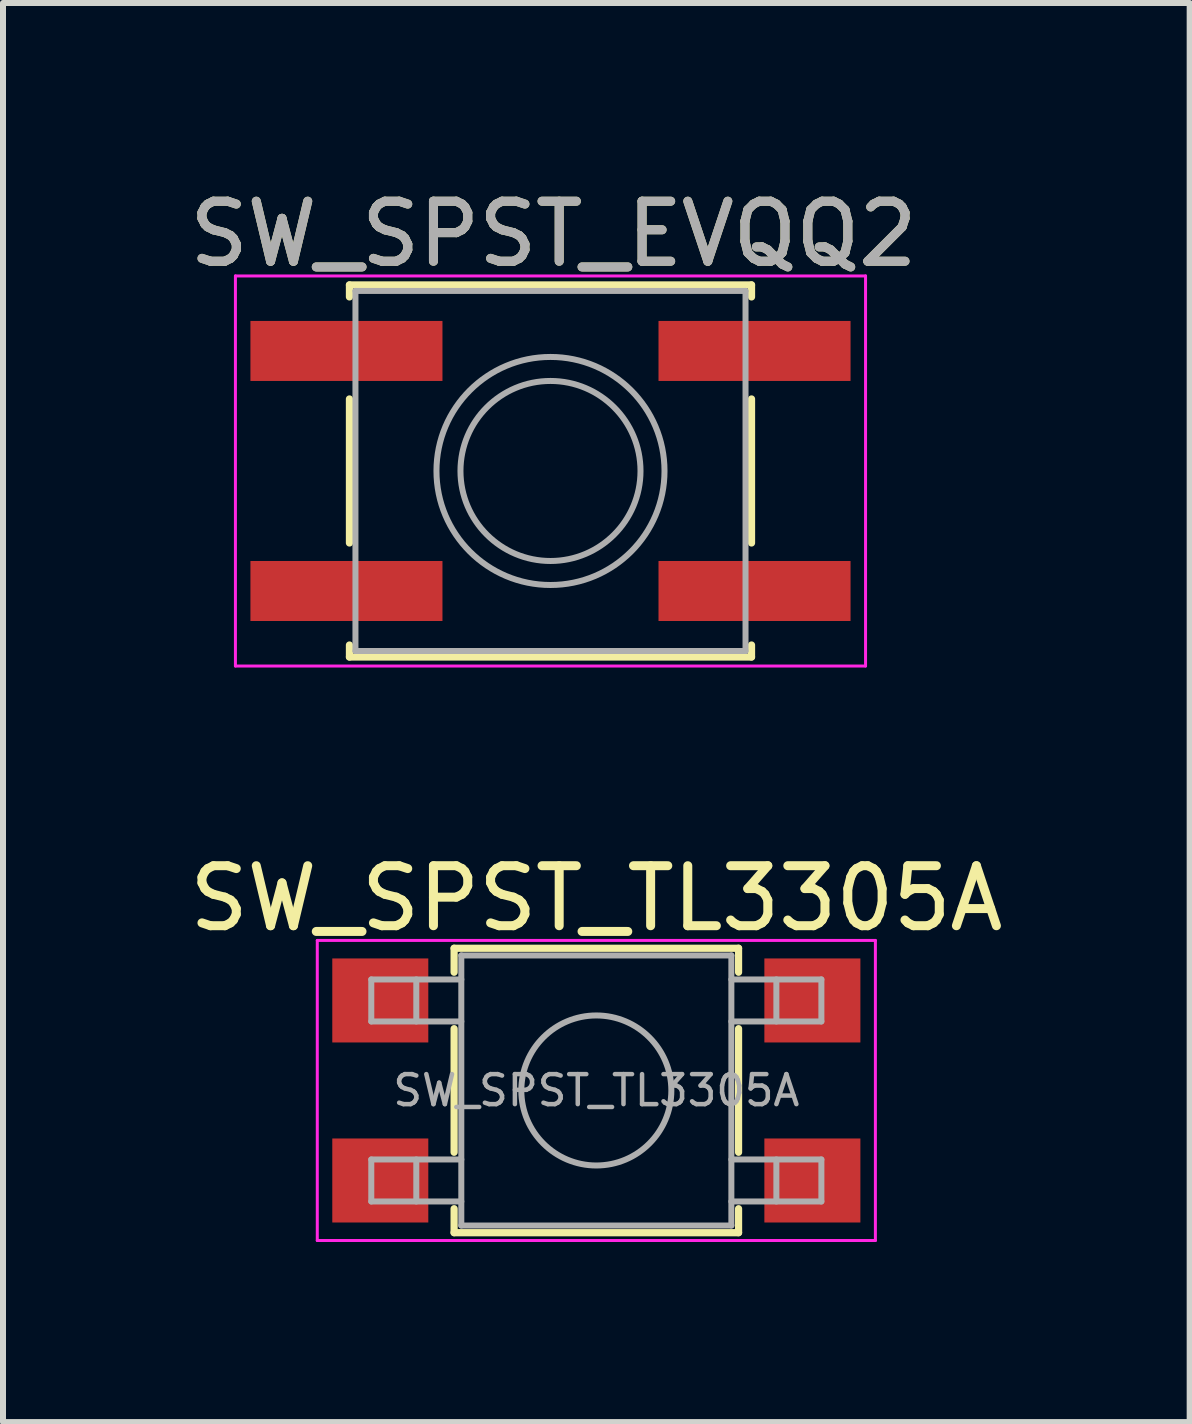
<source format=kicad_pcb>
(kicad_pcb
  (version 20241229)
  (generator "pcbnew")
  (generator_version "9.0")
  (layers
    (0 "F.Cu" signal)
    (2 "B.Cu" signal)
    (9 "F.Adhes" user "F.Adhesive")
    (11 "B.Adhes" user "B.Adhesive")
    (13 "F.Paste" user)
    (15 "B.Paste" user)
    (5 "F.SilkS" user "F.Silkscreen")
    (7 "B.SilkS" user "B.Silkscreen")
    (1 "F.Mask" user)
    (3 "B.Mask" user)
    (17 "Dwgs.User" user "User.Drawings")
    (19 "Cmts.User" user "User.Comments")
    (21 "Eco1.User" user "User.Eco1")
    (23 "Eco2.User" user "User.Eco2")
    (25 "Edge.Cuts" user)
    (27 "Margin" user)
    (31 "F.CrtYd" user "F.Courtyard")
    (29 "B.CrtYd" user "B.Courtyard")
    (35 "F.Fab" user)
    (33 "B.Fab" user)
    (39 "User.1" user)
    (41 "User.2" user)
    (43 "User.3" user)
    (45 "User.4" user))
  (footprint "SW_SPST_TL3305A"
    (layer "F.Cu")
    (at 6.887 15.121)
    (property "Reference" "SW_SPST_TL3305A" (at 0 -3.2 0) (layer "F.SilkS") (effects (font (size 1 1) (thickness 0.15))))
    (attr smd)
    (fp_line (start -2.37 -2.37) (end -2.37 -1.97) (stroke (width 0.12) (type solid)) (layer "F.SilkS"))
    (fp_line (start -2.37 -2.37) (end 2.37 -2.37) (stroke (width 0.12) (type solid)) (layer "F.SilkS"))
    (fp_line (start -2.37 1.03) (end -2.37 -1.03) (stroke (width 0.12) (type solid)) (layer "F.SilkS"))
    (fp_line (start -2.37 2.37) (end -2.37 1.97) (stroke (width 0.12) (type solid)) (layer "F.SilkS"))
    (fp_line (start -2.37 2.37) (end 2.37 2.37) (stroke (width 0.12) (type solid)) (layer "F.SilkS"))
    (fp_line (start 2.37 -2.37) (end 2.37 -1.97) (stroke (width 0.12) (type solid)) (layer "F.SilkS"))
    (fp_line (start 2.37 1.03) (end 2.37 -1.03) (stroke (width 0.12) (type solid)) (layer "F.SilkS"))
    (fp_line (start 2.37 2.37) (end 2.37 1.97) (stroke (width 0.12) (type solid)) (layer "F.SilkS"))
    (fp_line (start -4.65 -2.5) (end 4.65 -2.5) (stroke (width 0.05) (type solid)) (layer "F.CrtYd"))
    (fp_line (start -4.65 2.5) (end -4.65 -2.5) (stroke (width 0.05) (type solid)) (layer "F.CrtYd"))
    (fp_line (start 4.65 -2.5) (end 4.65 2.5) (stroke (width 0.05) (type solid)) (layer "F.CrtYd"))
    (fp_line (start 4.65 2.5) (end -4.65 2.5) (stroke (width 0.05) (type solid)) (layer "F.CrtYd"))
    (fp_line (start -3.75 -1.85) (end -3.75 -1.15) (stroke (width 0.1) (type solid)) (layer "F.Fab"))
    (fp_line (start -3.75 -1.15) (end -2.25 -1.15) (stroke (width 0.1) (type solid)) (layer "F.Fab"))
    (fp_line (start -3.75 1.15) (end -3.75 1.85) (stroke (width 0.1) (type solid)) (layer "F.Fab"))
    (fp_line (start -3.75 1.85) (end -2.25 1.85) (stroke (width 0.1) (type solid)) (layer "F.Fab"))
    (fp_line (start -3 -1.85) (end -3 -1.15) (stroke (width 0.1) (type solid)) (layer "F.Fab"))
    (fp_line (start -3 1.15) (end -3 1.85) (stroke (width 0.1) (type solid)) (layer "F.Fab"))
    (fp_line (start -2.25 -2.25) (end 2.25 -2.25) (stroke (width 0.1) (type solid)) (layer "F.Fab"))
    (fp_line (start -2.25 -1.85) (end -3.75 -1.85) (stroke (width 0.1) (type solid)) (layer "F.Fab"))
    (fp_line (start -2.25 1.15) (end -3.75 1.15) (stroke (width 0.1) (type solid)) (layer "F.Fab"))
    (fp_line (start -2.25 2.25) (end -2.25 -2.25) (stroke (width 0.1) (type solid)) (layer "F.Fab"))
    (fp_line (start 2.25 -2.25) (end 2.25 2.25) (stroke (width 0.1) (type solid)) (layer "F.Fab"))
    (fp_line (start 2.25 -1.15) (end 3.75 -1.15) (stroke (width 0.1) (type solid)) (layer "F.Fab"))
    (fp_line (start 2.25 1.15) (end 3.75 1.15) (stroke (width 0.1) (type solid)) (layer "F.Fab"))
    (fp_line (start 2.25 2.25) (end -2.25 2.25) (stroke (width 0.1) (type solid)) (layer "F.Fab"))
    (fp_line (start 3 -1.85) (end 3 -1.15) (stroke (width 0.1) (type solid)) (layer "F.Fab"))
    (fp_line (start 3 1.15) (end 3 1.85) (stroke (width 0.1) (type solid)) (layer "F.Fab"))
    (fp_line (start 3.75 -1.85) (end 2.25 -1.85) (stroke (width 0.1) (type solid)) (layer "F.Fab"))
    (fp_line (start 3.75 -1.15) (end 3.75 -1.85) (stroke (width 0.1) (type solid)) (layer "F.Fab"))
    (fp_line (start 3.75 1.15) (end 3.75 1.85) (stroke (width 0.1) (type solid)) (layer "F.Fab"))
    (fp_line (start 3.75 1.85) (end 2.25 1.85) (stroke (width 0.1) (type solid)) (layer "F.Fab"))
    (fp_circle (center 0 0) (end 1.25 0) (stroke (width 0.1) (type solid)) (fill no) (layer "F.Fab"))
    (fp_text user "${REFERENCE}" (at 0 0 0) (layer "F.Fab") (effects (font (size 0.5 0.5) (thickness 0.075))))
    (pad "1" smd rect (at 3.6 -1.5) (size 1.6 1.4) (layers "F.Cu" "F.Mask" "F.Paste"))
    (pad "2" smd rect (at -3.6 -1.5) (size 1.6 1.4) (layers "F.Cu" "F.Mask" "F.Paste"))
    (pad "3" smd rect (at -3.6 1.5) (size 1.6 1.4) (layers "F.Cu" "F.Mask" "F.Paste"))
    (pad "4" smd rect (at 3.6 1.5) (size 1.6 1.4) (layers "F.Cu" "F.Mask" "F.Paste")))
  (footprint "SW_SPST_EVQQ2"
    (layer "F.Cu")
    (at 6.123 4.798)
    (property "Reference" "SW_SPST_EVQQ2" (at 0.05 -3.95 0) (layer "F.SilkS") (effects (font (size 1 1) (thickness 0.15))))
    (attr smd)
    (fp_line (start -3.35 -3.1) (end -3.35 -2.9) (stroke (width 0.12) (type solid)) (layer "F.SilkS"))
    (fp_line (start -3.35 -1.2) (end -3.35 1.2) (stroke (width 0.12) (type solid)) (layer "F.SilkS"))
    (fp_line (start -3.35 3.1) (end -3.35 2.9) (stroke (width 0.12) (type solid)) (layer "F.SilkS"))
    (fp_line (start -3.35 3.1) (end 3.35 3.1) (stroke (width 0.12) (type solid)) (layer "F.SilkS"))
    (fp_line (start 3.35 -3.1) (end -3.35 -3.1) (stroke (width 0.12) (type solid)) (layer "F.SilkS"))
    (fp_line (start 3.35 -3.1) (end 3.35 -2.9) (stroke (width 0.12) (type solid)) (layer "F.SilkS"))
    (fp_line (start 3.35 -1.2) (end 3.35 1.2) (stroke (width 0.12) (type solid)) (layer "F.SilkS"))
    (fp_line (start 3.35 3.1) (end 3.35 2.9) (stroke (width 0.12) (type solid)) (layer "F.SilkS"))
    (fp_line (start -5.25 -3.25) (end 5.25 -3.25) (stroke (width 0.05) (type solid)) (layer "F.CrtYd"))
    (fp_line (start -5.25 3.25) (end -5.25 -3.25) (stroke (width 0.05) (type solid)) (layer "F.CrtYd"))
    (fp_line (start 5.25 -3.25) (end 5.25 3.25) (stroke (width 0.05) (type solid)) (layer "F.CrtYd"))
    (fp_line (start 5.25 3.25) (end -5.25 3.25) (stroke (width 0.05) (type solid)) (layer "F.CrtYd"))
    (fp_line (start -3.25 -3) (end 3.25 -3) (stroke (width 0.1) (type solid)) (layer "F.Fab"))
    (fp_line (start -3.25 3) (end -3.25 -3) (stroke (width 0.1) (type solid)) (layer "F.Fab"))
    (fp_line (start 3.25 -3) (end 3.25 3) (stroke (width 0.1) (type solid)) (layer "F.Fab"))
    (fp_line (start 3.25 3) (end -3.25 3) (stroke (width 0.1) (type solid)) (layer "F.Fab"))
    (fp_circle (center 0 0) (end 1.5 0) (stroke (width 0.1) (type solid)) (fill no) (layer "F.Fab"))
    (fp_circle (center 0 0) (end 1.9 0) (stroke (width 0.1) (type solid)) (fill no) (layer "F.Fab"))
    (fp_text user "${REFERENCE}" (at 0.05 -3.95 0) (layer "F.Fab") (effects (font (size 1 1) (thickness 0.15))))
    (pad "1" smd rect (at -3.4 -2) (size 3.2 1) (layers "F.Cu" "F.Mask" "F.Paste"))
    (pad "2" smd rect (at 3.4 -2) (size 3.2 1) (layers "F.Cu" "F.Mask" "F.Paste"))
    (pad "3" smd rect (at -3.4 2) (size 3.2 1) (layers "F.Cu" "F.Mask" "F.Paste"))
    (pad "4" smd rect (at 3.4 2) (size 3.2 1) (layers "F.Cu" "F.Mask" "F.Paste")))
  (gr_rect
    (start -3 -3)
    (end 16.774 20.646)
    (stroke (width 0.1) (type default))
    (fill no)
    (layer "Edge.Cuts")))
</source>
